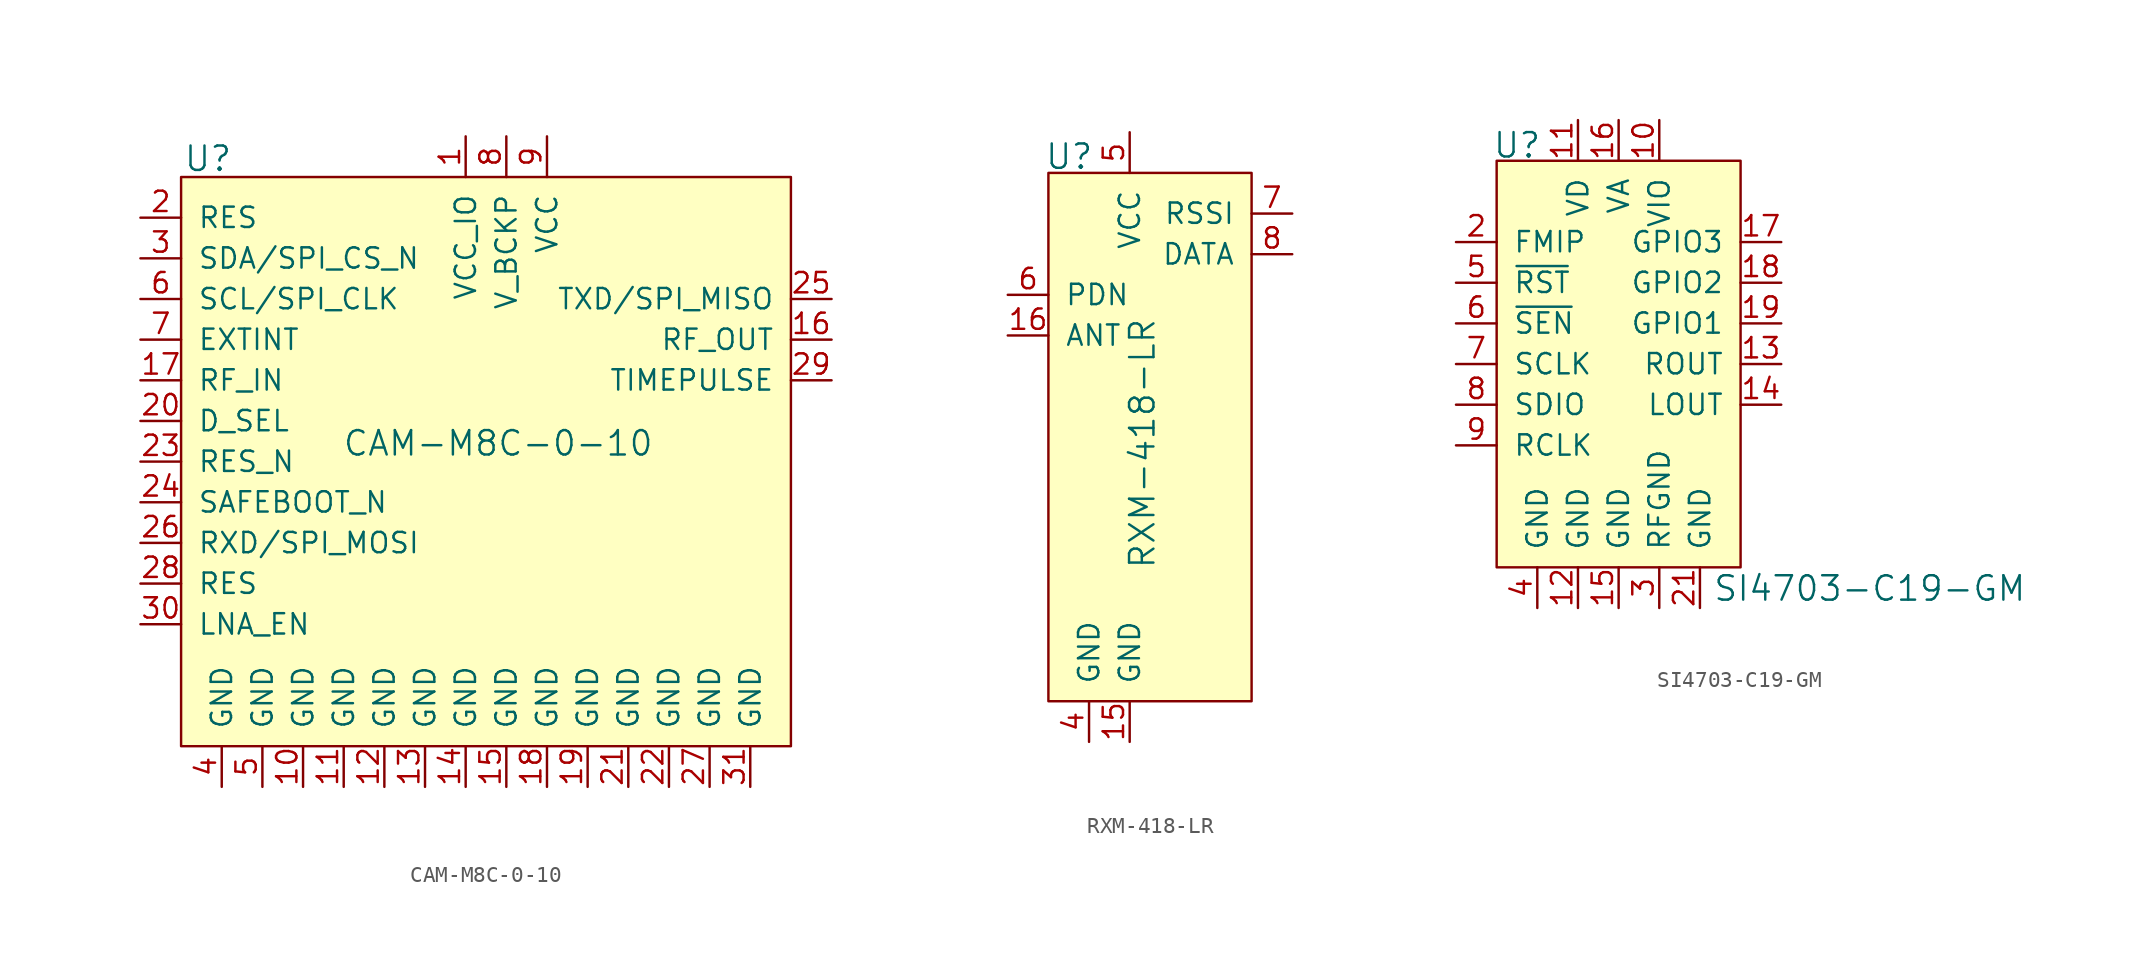
<source format=kicad_sym>
(kicad_symbol_lib
  (version 20231120)
  (generator "kicad_symbol_editor")
  (generator_version "8.0")
  (symbol "CAM-M8C-0-10"
    (pin_names
      (offset 1.016))
    (property "Reference" "U"
      (at -17.653 13.843 0)
      (effects (font (size 1.524 1.524)) (justify left)))
    (property "Value" "CAM-M8C-0-10"
      (at 2.032 -3.937 0)
      (effects (font (size 1.524 1.524))))
    (symbol "CAM-M8C-0-10_0_1"
      (rectangle (start -17.78 12.7) (end 20.32 -22.86) (stroke (width 0) (type solid)) (fill (type background))))
    (symbol "CAM-M8C-0-10_1_1"
      (pin power_in line (at 0 15.24 270) (length 2.54) (name "VCC_IO" (effects (font (size 1.27 1.27)))) (number "1" (effects (font (size 1.27 1.27)))))
      (pin power_in line (at -10.16 -25.4 90) (length 2.54) (name "GND" (effects (font (size 1.27 1.27)))) (number "10" (effects (font (size 1.27 1.27)))))
      (pin power_in line (at -7.62 -25.4 90) (length 2.54) (name "GND" (effects (font (size 1.27 1.27)))) (number "11" (effects (font (size 1.27 1.27)))))
      (pin power_in line (at -5.08 -25.4 90) (length 2.54) (name "GND" (effects (font (size 1.27 1.27)))) (number "12" (effects (font (size 1.27 1.27)))))
      (pin power_in line (at -2.54 -25.4 90) (length 2.54) (name "GND" (effects (font (size 1.27 1.27)))) (number "13" (effects (font (size 1.27 1.27)))))
      (pin power_in line (at 0 -25.4 90) (length 2.54) (name "GND" (effects (font (size 1.27 1.27)))) (number "14" (effects (font (size 1.27 1.27)))))
      (pin power_in line (at 2.54 -25.4 90) (length 2.54) (name "GND" (effects (font (size 1.27 1.27)))) (number "15" (effects (font (size 1.27 1.27)))))
      (pin output line (at 22.86 2.54 180) (length 2.54) (name "RF_OUT" (effects (font (size 1.27 1.27)))) (number "16" (effects (font (size 1.27 1.27)))))
      (pin input line (at -20.32 0 0) (length 2.54) (name "RF_IN" (effects (font (size 1.27 1.27)))) (number "17" (effects (font (size 1.27 1.27)))))
      (pin power_in line (at 5.08 -25.4 90) (length 2.54) (name "GND" (effects (font (size 1.27 1.27)))) (number "18" (effects (font (size 1.27 1.27)))))
      (pin power_in line (at 7.62 -25.4 90) (length 2.54) (name "GND" (effects (font (size 1.27 1.27)))) (number "19" (effects (font (size 1.27 1.27)))))
      (pin input line (at -20.32 10.16 0) (length 2.54) (name "RES" (effects (font (size 1.27 1.27)))) (number "2" (effects (font (size 1.27 1.27)))))
      (pin input line (at -20.32 -2.54 0) (length 2.54) (name "D_SEL" (effects (font (size 1.27 1.27)))) (number "20" (effects (font (size 1.27 1.27)))))
      (pin power_in line (at 10.16 -25.4 90) (length 2.54) (name "GND" (effects (font (size 1.27 1.27)))) (number "21" (effects (font (size 1.27 1.27)))))
      (pin power_in line (at 12.7 -25.4 90) (length 2.54) (name "GND" (effects (font (size 1.27 1.27)))) (number "22" (effects (font (size 1.27 1.27)))))
      (pin input line (at -20.32 -5.08 0) (length 2.54) (name "RES_N" (effects (font (size 1.27 1.27)))) (number "23" (effects (font (size 1.27 1.27)))))
      (pin input line (at -20.32 -7.62 0) (length 2.54) (name "SAFEBOOT_N" (effects (font (size 1.27 1.27)))) (number "24" (effects (font (size 1.27 1.27)))))
      (pin output line (at 22.86 5.08 180) (length 2.54) (name "TXD/SPI_MISO" (effects (font (size 1.27 1.27)))) (number "25" (effects (font (size 1.27 1.27)))))
      (pin input line (at -20.32 -10.16 0) (length 2.54) (name "RXD/SPI_MOSI" (effects (font (size 1.27 1.27)))) (number "26" (effects (font (size 1.27 1.27)))))
      (pin power_in line (at 15.24 -25.4 90) (length 2.54) (name "GND" (effects (font (size 1.27 1.27)))) (number "27" (effects (font (size 1.27 1.27)))))
      (pin input line (at -20.32 -12.7 0) (length 2.54) (name "RES" (effects (font (size 1.27 1.27)))) (number "28" (effects (font (size 1.27 1.27)))))
      (pin output line (at 22.86 0 180) (length 2.54) (name "TIMEPULSE" (effects (font (size 1.27 1.27)))) (number "29" (effects (font (size 1.27 1.27)))))
      (pin bidirectional line (at -20.32 7.62 0) (length 2.54) (name "SDA/SPI_CS_N" (effects (font (size 1.27 1.27)))) (number "3" (effects (font (size 1.27 1.27)))))
      (pin input line (at -20.32 -15.24 0) (length 2.54) (name "LNA_EN" (effects (font (size 1.27 1.27)))) (number "30" (effects (font (size 1.27 1.27)))))
      (pin power_in line (at 17.78 -25.4 90) (length 2.54) (name "GND" (effects (font (size 1.27 1.27)))) (number "31" (effects (font (size 1.27 1.27)))))
      (pin power_in line (at -15.24 -25.4 90) (length 2.54) (name "GND" (effects (font (size 1.27 1.27)))) (number "4" (effects (font (size 1.27 1.27)))))
      (pin power_in line (at -12.7 -25.4 90) (length 2.54) (name "GND" (effects (font (size 1.27 1.27)))) (number "5" (effects (font (size 1.27 1.27)))))
      (pin bidirectional line (at -20.32 5.08 0) (length 2.54) (name "SCL/SPI_CLK" (effects (font (size 1.27 1.27)))) (number "6" (effects (font (size 1.27 1.27)))))
      (pin input line (at -20.32 2.54 0) (length 2.54) (name "EXTINT" (effects (font (size 1.27 1.27)))) (number "7" (effects (font (size 1.27 1.27)))))
      (pin power_in line (at 2.54 15.24 270) (length 2.54) (name "V_BCKP" (effects (font (size 1.27 1.27)))) (number "8" (effects (font (size 1.27 1.27)))))
      (pin power_in line (at 5.08 15.24 270) (length 2.54) (name "VCC" (effects (font (size 1.27 1.27)))) (number "9" (effects (font (size 1.27 1.27)))))))
  (symbol "RXM-418-LR"
    (pin_names
      (offset 1.016))
    (property "Reference" "U"
      (at -5.334 18.796 0)
      (effects (font (size 1.524 1.524)) (justify left)))
    (property "Value" "RXM-418-LR"
      (at 0.787 0.864 90)
      (effects (font (size 1.524 1.524))))
    (symbol "RXM-418-LR_1_1"
      (rectangle (start -5.08 17.78) (end 7.62 -15.24) (stroke (width 0) (type solid)) (fill (type background)))
      (pin no_connect line (at 7.62 10.16 180) (length 2.54) hide (name "NC" (effects (font (size 1.27 1.27)))) (number "1" (effects (font (size 1.27 1.27)))))
      (pin no_connect line (at 7.62 0 180) (length 2.54) hide (name "NC" (effects (font (size 1.27 1.27)))) (number "10" (effects (font (size 1.27 1.27)))))
      (pin no_connect line (at 7.62 -2.54 180) (length 2.54) hide (name "NC" (effects (font (size 1.27 1.27)))) (number "11" (effects (font (size 1.27 1.27)))))
      (pin no_connect line (at 7.62 -5.08 180) (length 2.54) hide (name "NC" (effects (font (size 1.27 1.27)))) (number "12" (effects (font (size 1.27 1.27)))))
      (pin no_connect line (at 7.62 -7.62 180) (length 2.54) hide (name "NC" (effects (font (size 1.27 1.27)))) (number "13" (effects (font (size 1.27 1.27)))))
      (pin no_connect line (at 7.62 -10.16 180) (length 2.54) hide (name "NC" (effects (font (size 1.27 1.27)))) (number "14" (effects (font (size 1.27 1.27)))))
      (pin power_in line (at 0 -17.78 90) (length 2.54) (name "GND" (effects (font (size 1.27 1.27)))) (number "15" (effects (font (size 1.27 1.27)))))
      (pin input line (at -7.62 7.62 0) (length 2.54) (name "ANT" (effects (font (size 1.27 1.27)))) (number "16" (effects (font (size 1.27 1.27)))))
      (pin no_connect line (at 7.62 7.62 180) (length 2.54) hide (name "NC" (effects (font (size 1.27 1.27)))) (number "2" (effects (font (size 1.27 1.27)))))
      (pin no_connect line (at 7.62 5.08 180) (length 2.54) hide (name "NC" (effects (font (size 1.27 1.27)))) (number "3" (effects (font (size 1.27 1.27)))))
      (pin power_in line (at -2.54 -17.78 90) (length 2.54) (name "GND" (effects (font (size 1.27 1.27)))) (number "4" (effects (font (size 1.27 1.27)))))
      (pin power_in line (at 0 20.32 270) (length 2.54) (name "VCC" (effects (font (size 1.27 1.27)))) (number "5" (effects (font (size 1.27 1.27)))))
      (pin input line (at -7.62 10.16 0) (length 2.54) (name "PDN" (effects (font (size 1.27 1.27)))) (number "6" (effects (font (size 1.27 1.27)))))
      (pin output line (at 10.16 15.24 180) (length 2.54) (name "RSSI" (effects (font (size 1.27 1.27)))) (number "7" (effects (font (size 1.27 1.27)))))
      (pin output line (at 10.16 12.7 180) (length 2.54) (name "DATA" (effects (font (size 1.27 1.27)))) (number "8" (effects (font (size 1.27 1.27)))))
      (pin no_connect line (at 7.62 2.54 180) (length 2.54) hide (name "NC" (effects (font (size 1.27 1.27)))) (number "9" (effects (font (size 1.27 1.27)))))))
  (symbol "SI4703-C19-GM"
    (pin_names
      (offset 1.016))
    (property "Reference" "U"
      (at -7.899 8.585 0)
      (effects (font (size 1.524 1.524)) (justify left)))
    (property "Value" "SI4703-C19-GM"
      (at 5.867 -19.101 0)
      (effects (font (size 1.524 1.524)) (justify left)))
    (symbol "SI4703-C19-GM_0_1"
      (rectangle (start -7.62 7.62) (end 7.62 -17.78) (stroke (width 0) (type solid)) (fill (type background))))
    (symbol "SI4703-C19-GM_1_1"
      (pin no_connect line (at -7.62 -15.24 0) (length 2.54) hide (name "NC" (effects (font (size 1.27 1.27)))) (number "1" (effects (font (size 1.27 1.27)))))
      (pin power_in line (at 2.54 10.16 270) (length 2.54) (name "VIO" (effects (font (size 1.27 1.27)))) (number "10" (effects (font (size 1.27 1.27)))))
      (pin power_in line (at -2.54 10.16 270) (length 2.54) (name "VD" (effects (font (size 1.27 1.27)))) (number "11" (effects (font (size 1.27 1.27)))))
      (pin power_in line (at -2.54 -20.32 90) (length 2.54) (name "GND" (effects (font (size 1.27 1.27)))) (number "12" (effects (font (size 1.27 1.27)))))
      (pin output line (at 10.16 -5.08 180) (length 2.54) (name "ROUT" (effects (font (size 1.27 1.27)))) (number "13" (effects (font (size 1.27 1.27)))))
      (pin output line (at 10.16 -7.62 180) (length 2.54) (name "LOUT" (effects (font (size 1.27 1.27)))) (number "14" (effects (font (size 1.27 1.27)))))
      (pin power_in line (at 0 -20.32 90) (length 2.54) (name "GND" (effects (font (size 1.27 1.27)))) (number "15" (effects (font (size 1.27 1.27)))))
      (pin power_in line (at 0 10.16 270) (length 2.54) (name "VA" (effects (font (size 1.27 1.27)))) (number "16" (effects (font (size 1.27 1.27)))))
      (pin output line (at 10.16 2.54 180) (length 2.54) (name "GPIO3" (effects (font (size 1.27 1.27)))) (number "17" (effects (font (size 1.27 1.27)))))
      (pin output line (at 10.16 0 180) (length 2.54) (name "GPIO2" (effects (font (size 1.27 1.27)))) (number "18" (effects (font (size 1.27 1.27)))))
      (pin output line (at 10.16 -2.54 180) (length 2.54) (name "GPIO1" (effects (font (size 1.27 1.27)))) (number "19" (effects (font (size 1.27 1.27)))))
      (pin input line (at -10.16 2.54 0) (length 2.54) (name "FMIP" (effects (font (size 1.27 1.27)))) (number "2" (effects (font (size 1.27 1.27)))))
      (pin no_connect line (at -7.62 -12.7 0) (length 2.54) hide (name "NC" (effects (font (size 1.27 1.27)))) (number "20" (effects (font (size 1.27 1.27)))))
      (pin power_in line (at 5.08 -20.32 90) (length 2.54) (name "GND" (effects (font (size 1.27 1.27)))) (number "21" (effects (font (size 1.27 1.27)))))
      (pin power_in line (at 2.54 -20.32 90) (length 2.54) (name "RFGND" (effects (font (size 1.27 1.27)))) (number "3" (effects (font (size 1.27 1.27)))))
      (pin power_in line (at -5.08 -20.32 90) (length 2.54) (name "GND" (effects (font (size 1.27 1.27)))) (number "4" (effects (font (size 1.27 1.27)))))
      (pin input line (at -10.16 0 0) (length 2.54) (name "~{RST}" (effects (font (size 1.27 1.27)))) (number "5" (effects (font (size 1.27 1.27)))))
      (pin input line (at -10.16 -2.54 0) (length 2.54) (name "~{SEN}" (effects (font (size 1.27 1.27)))) (number "6" (effects (font (size 1.27 1.27)))))
      (pin input line (at -10.16 -5.08 0) (length 2.54) (name "SCLK" (effects (font (size 1.27 1.27)))) (number "7" (effects (font (size 1.27 1.27)))))
      (pin bidirectional line (at -10.16 -7.62 0) (length 2.54) (name "SDIO" (effects (font (size 1.27 1.27)))) (number "8" (effects (font (size 1.27 1.27)))))
      (pin input line (at -10.16 -10.16 0) (length 2.54) (name "RCLK" (effects (font (size 1.27 1.27)))) (number "9" (effects (font (size 1.27 1.27))))))))
</source>
